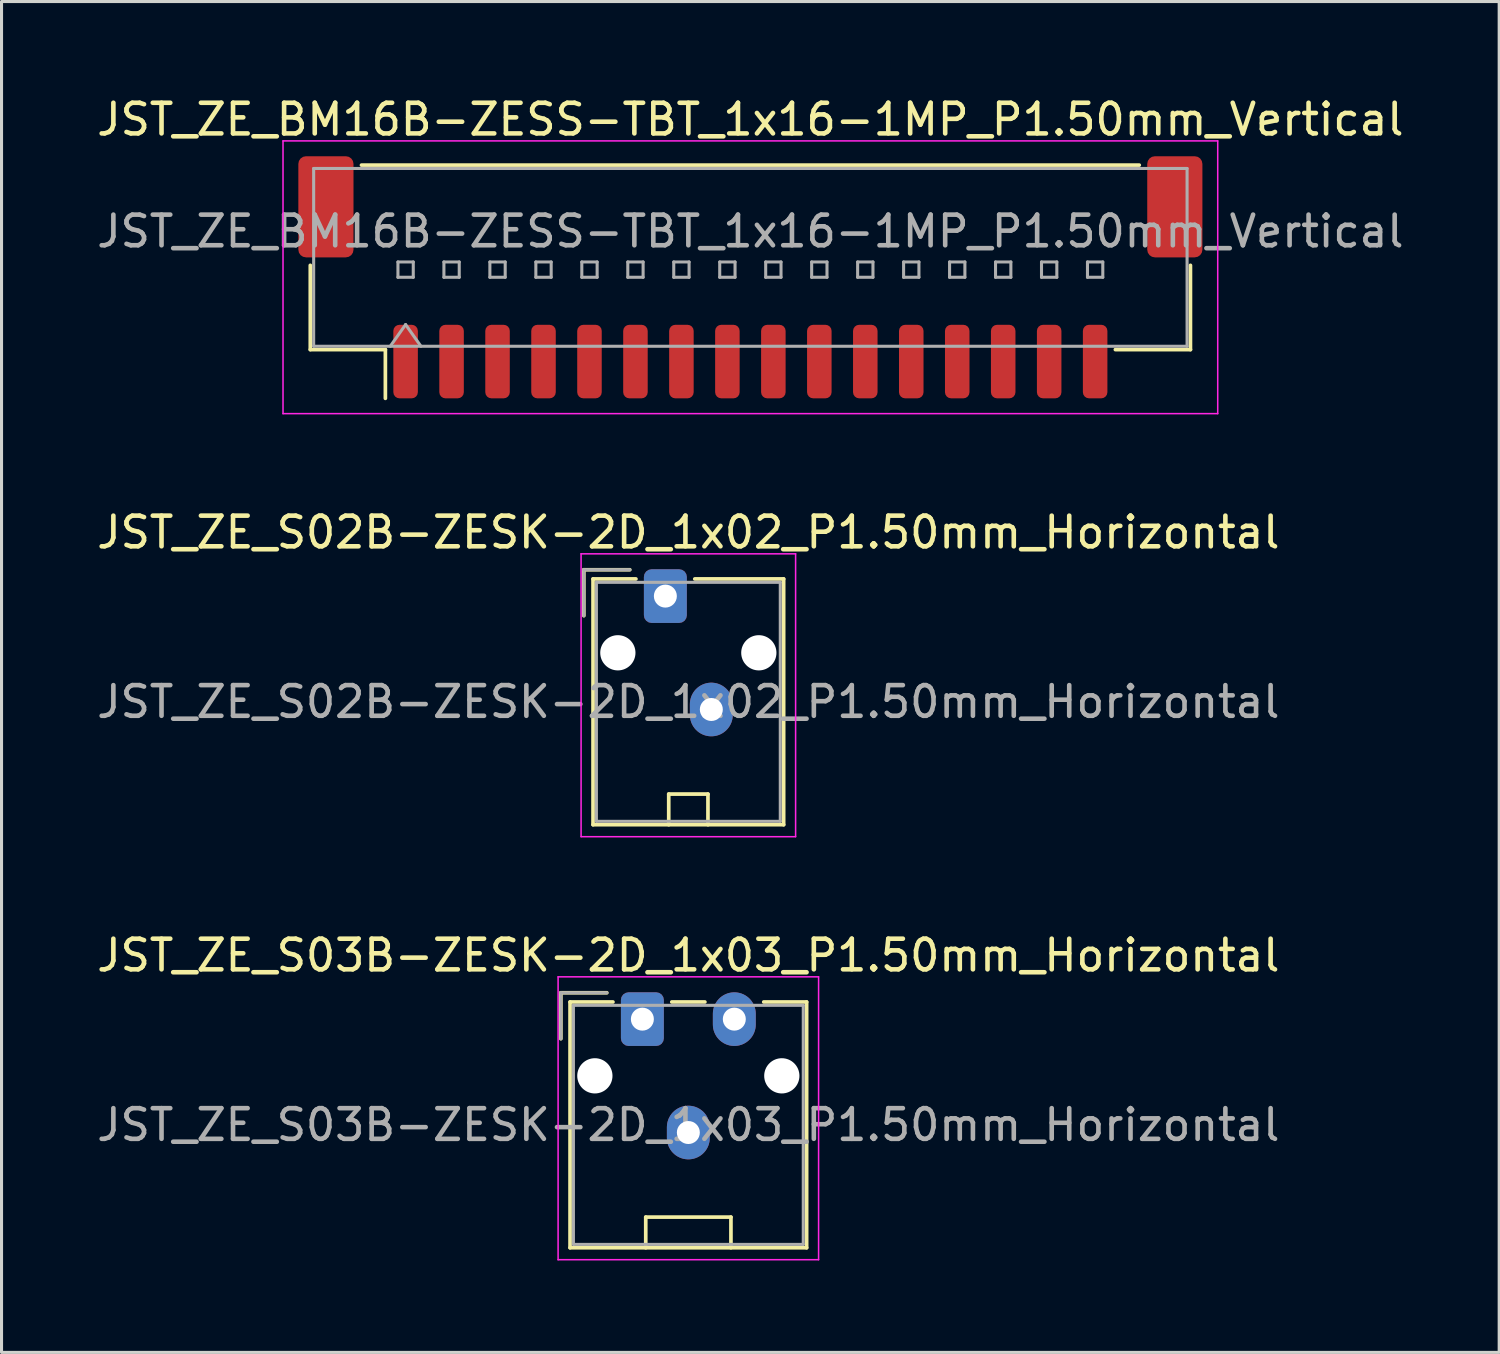
<source format=kicad_pcb>
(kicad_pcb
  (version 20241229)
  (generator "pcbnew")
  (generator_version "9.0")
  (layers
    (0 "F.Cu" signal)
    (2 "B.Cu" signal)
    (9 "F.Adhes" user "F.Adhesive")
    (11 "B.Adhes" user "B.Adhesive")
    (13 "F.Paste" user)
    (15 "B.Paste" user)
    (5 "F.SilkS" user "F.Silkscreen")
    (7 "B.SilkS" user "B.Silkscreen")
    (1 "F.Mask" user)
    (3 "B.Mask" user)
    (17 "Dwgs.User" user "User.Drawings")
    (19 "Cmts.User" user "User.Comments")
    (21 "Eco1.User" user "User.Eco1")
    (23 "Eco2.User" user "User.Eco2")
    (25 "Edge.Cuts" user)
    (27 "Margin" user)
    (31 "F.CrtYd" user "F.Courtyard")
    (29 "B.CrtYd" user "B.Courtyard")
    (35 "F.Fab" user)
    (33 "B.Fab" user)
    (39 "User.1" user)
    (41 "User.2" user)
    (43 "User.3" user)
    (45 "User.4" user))
  (footprint "JST_ZE_BM16B-ZESS-TBT_1x16-1MP_P1.50mm_Vertical"
    (layer "F.Cu")
    (at 21.435 5.998)
    (property "Reference" "JST_ZE_BM16B-ZESS-TBT_1x16-1MP_P1.50mm_Vertical" (at 0 -5.15 0) (layer "F.SilkS") (effects (font (size 1 1) (thickness 0.15))))
    (attr smd)
    (fp_line (start -14.36 -0.39) (end -14.36 2.36) (stroke (width 0.12) (type solid)) (layer "F.SilkS"))
    (fp_line (start -14.36 2.36) (end -11.91 2.36) (stroke (width 0.12) (type solid)) (layer "F.SilkS"))
    (fp_line (start -12.69 -3.66) (end 12.69 -3.66) (stroke (width 0.12) (type solid)) (layer "F.SilkS"))
    (fp_line (start -11.91 2.36) (end -11.91 3.95) (stroke (width 0.12) (type solid)) (layer "F.SilkS"))
    (fp_line (start 14.36 -0.39) (end 14.36 2.36) (stroke (width 0.12) (type solid)) (layer "F.SilkS"))
    (fp_line (start 14.36 2.36) (end 11.91 2.36) (stroke (width 0.12) (type solid)) (layer "F.SilkS"))
    (fp_line (start -15.25 -4.45) (end -15.25 4.45) (stroke (width 0.05) (type solid)) (layer "F.CrtYd"))
    (fp_line (start -15.25 4.45) (end 15.25 4.45) (stroke (width 0.05) (type solid)) (layer "F.CrtYd"))
    (fp_line (start 15.25 -4.45) (end -15.25 -4.45) (stroke (width 0.05) (type solid)) (layer "F.CrtYd"))
    (fp_line (start 15.25 4.45) (end 15.25 -4.45) (stroke (width 0.05) (type solid)) (layer "F.CrtYd"))
    (fp_line (start -14.25 -3.55) (end 14.25 -3.55) (stroke (width 0.1) (type solid)) (layer "F.Fab"))
    (fp_line (start -14.25 2.25) (end -14.25 -3.55) (stroke (width 0.1) (type solid)) (layer "F.Fab"))
    (fp_line (start -14.25 2.25) (end 14.25 2.25) (stroke (width 0.1) (type solid)) (layer "F.Fab"))
    (fp_line (start -11.75 2.25) (end -11.25 1.543) (stroke (width 0.1) (type solid)) (layer "F.Fab"))
    (fp_line (start -11.5 -0.5) (end -11.5 0) (stroke (width 0.1) (type solid)) (layer "F.Fab"))
    (fp_line (start -11.5 0) (end -11 0) (stroke (width 0.1) (type solid)) (layer "F.Fab"))
    (fp_line (start -11.25 1.543) (end -10.75 2.25) (stroke (width 0.1) (type solid)) (layer "F.Fab"))
    (fp_line (start -11 -0.5) (end -11.5 -0.5) (stroke (width 0.1) (type solid)) (layer "F.Fab"))
    (fp_line (start -11 0) (end -11 -0.5) (stroke (width 0.1) (type solid)) (layer "F.Fab"))
    (fp_line (start -10 -0.5) (end -10 0) (stroke (width 0.1) (type solid)) (layer "F.Fab"))
    (fp_line (start -10 0) (end -9.5 0) (stroke (width 0.1) (type solid)) (layer "F.Fab"))
    (fp_line (start -9.5 -0.5) (end -10 -0.5) (stroke (width 0.1) (type solid)) (layer "F.Fab"))
    (fp_line (start -9.5 0) (end -9.5 -0.5) (stroke (width 0.1) (type solid)) (layer "F.Fab"))
    (fp_line (start -8.5 -0.5) (end -8.5 0) (stroke (width 0.1) (type solid)) (layer "F.Fab"))
    (fp_line (start -8.5 0) (end -8 0) (stroke (width 0.1) (type solid)) (layer "F.Fab"))
    (fp_line (start -8 -0.5) (end -8.5 -0.5) (stroke (width 0.1) (type solid)) (layer "F.Fab"))
    (fp_line (start -8 0) (end -8 -0.5) (stroke (width 0.1) (type solid)) (layer "F.Fab"))
    (fp_line (start -7 -0.5) (end -7 0) (stroke (width 0.1) (type solid)) (layer "F.Fab"))
    (fp_line (start -7 0) (end -6.5 0) (stroke (width 0.1) (type solid)) (layer "F.Fab"))
    (fp_line (start -6.5 -0.5) (end -7 -0.5) (stroke (width 0.1) (type solid)) (layer "F.Fab"))
    (fp_line (start -6.5 0) (end -6.5 -0.5) (stroke (width 0.1) (type solid)) (layer "F.Fab"))
    (fp_line (start -5.5 -0.5) (end -5.5 0) (stroke (width 0.1) (type solid)) (layer "F.Fab"))
    (fp_line (start -5.5 0) (end -5 0) (stroke (width 0.1) (type solid)) (layer "F.Fab"))
    (fp_line (start -5 -0.5) (end -5.5 -0.5) (stroke (width 0.1) (type solid)) (layer "F.Fab"))
    (fp_line (start -5 0) (end -5 -0.5) (stroke (width 0.1) (type solid)) (layer "F.Fab"))
    (fp_line (start -4 -0.5) (end -4 0) (stroke (width 0.1) (type solid)) (layer "F.Fab"))
    (fp_line (start -4 0) (end -3.5 0) (stroke (width 0.1) (type solid)) (layer "F.Fab"))
    (fp_line (start -3.5 -0.5) (end -4 -0.5) (stroke (width 0.1) (type solid)) (layer "F.Fab"))
    (fp_line (start -3.5 0) (end -3.5 -0.5) (stroke (width 0.1) (type solid)) (layer "F.Fab"))
    (fp_line (start -2.5 -0.5) (end -2.5 0) (stroke (width 0.1) (type solid)) (layer "F.Fab"))
    (fp_line (start -2.5 0) (end -2 0) (stroke (width 0.1) (type solid)) (layer "F.Fab"))
    (fp_line (start -2 -0.5) (end -2.5 -0.5) (stroke (width 0.1) (type solid)) (layer "F.Fab"))
    (fp_line (start -2 0) (end -2 -0.5) (stroke (width 0.1) (type solid)) (layer "F.Fab"))
    (fp_line (start -1 -0.5) (end -1 0) (stroke (width 0.1) (type solid)) (layer "F.Fab"))
    (fp_line (start -1 0) (end -0.5 0) (stroke (width 0.1) (type solid)) (layer "F.Fab"))
    (fp_line (start -0.5 -0.5) (end -1 -0.5) (stroke (width 0.1) (type solid)) (layer "F.Fab"))
    (fp_line (start -0.5 0) (end -0.5 -0.5) (stroke (width 0.1) (type solid)) (layer "F.Fab"))
    (fp_line (start 0.5 -0.5) (end 0.5 0) (stroke (width 0.1) (type solid)) (layer "F.Fab"))
    (fp_line (start 0.5 0) (end 1 0) (stroke (width 0.1) (type solid)) (layer "F.Fab"))
    (fp_line (start 1 -0.5) (end 0.5 -0.5) (stroke (width 0.1) (type solid)) (layer "F.Fab"))
    (fp_line (start 1 0) (end 1 -0.5) (stroke (width 0.1) (type solid)) (layer "F.Fab"))
    (fp_line (start 2 -0.5) (end 2 0) (stroke (width 0.1) (type solid)) (layer "F.Fab"))
    (fp_line (start 2 0) (end 2.5 0) (stroke (width 0.1) (type solid)) (layer "F.Fab"))
    (fp_line (start 2.5 -0.5) (end 2 -0.5) (stroke (width 0.1) (type solid)) (layer "F.Fab"))
    (fp_line (start 2.5 0) (end 2.5 -0.5) (stroke (width 0.1) (type solid)) (layer "F.Fab"))
    (fp_line (start 3.5 -0.5) (end 3.5 0) (stroke (width 0.1) (type solid)) (layer "F.Fab"))
    (fp_line (start 3.5 0) (end 4 0) (stroke (width 0.1) (type solid)) (layer "F.Fab"))
    (fp_line (start 4 -0.5) (end 3.5 -0.5) (stroke (width 0.1) (type solid)) (layer "F.Fab"))
    (fp_line (start 4 0) (end 4 -0.5) (stroke (width 0.1) (type solid)) (layer "F.Fab"))
    (fp_line (start 5 -0.5) (end 5 0) (stroke (width 0.1) (type solid)) (layer "F.Fab"))
    (fp_line (start 5 0) (end 5.5 0) (stroke (width 0.1) (type solid)) (layer "F.Fab"))
    (fp_line (start 5.5 -0.5) (end 5 -0.5) (stroke (width 0.1) (type solid)) (layer "F.Fab"))
    (fp_line (start 5.5 0) (end 5.5 -0.5) (stroke (width 0.1) (type solid)) (layer "F.Fab"))
    (fp_line (start 6.5 -0.5) (end 6.5 0) (stroke (width 0.1) (type solid)) (layer "F.Fab"))
    (fp_line (start 6.5 0) (end 7 0) (stroke (width 0.1) (type solid)) (layer "F.Fab"))
    (fp_line (start 7 -0.5) (end 6.5 -0.5) (stroke (width 0.1) (type solid)) (layer "F.Fab"))
    (fp_line (start 7 0) (end 7 -0.5) (stroke (width 0.1) (type solid)) (layer "F.Fab"))
    (fp_line (start 8 -0.5) (end 8 0) (stroke (width 0.1) (type solid)) (layer "F.Fab"))
    (fp_line (start 8 0) (end 8.5 0) (stroke (width 0.1) (type solid)) (layer "F.Fab"))
    (fp_line (start 8.5 -0.5) (end 8 -0.5) (stroke (width 0.1) (type solid)) (layer "F.Fab"))
    (fp_line (start 8.5 0) (end 8.5 -0.5) (stroke (width 0.1) (type solid)) (layer "F.Fab"))
    (fp_line (start 9.5 -0.5) (end 9.5 0) (stroke (width 0.1) (type solid)) (layer "F.Fab"))
    (fp_line (start 9.5 0) (end 10 0) (stroke (width 0.1) (type solid)) (layer "F.Fab"))
    (fp_line (start 10 -0.5) (end 9.5 -0.5) (stroke (width 0.1) (type solid)) (layer "F.Fab"))
    (fp_line (start 10 0) (end 10 -0.5) (stroke (width 0.1) (type solid)) (layer "F.Fab"))
    (fp_line (start 11 -0.5) (end 11 0) (stroke (width 0.1) (type solid)) (layer "F.Fab"))
    (fp_line (start 11 0) (end 11.5 0) (stroke (width 0.1) (type solid)) (layer "F.Fab"))
    (fp_line (start 11.5 -0.5) (end 11 -0.5) (stroke (width 0.1) (type solid)) (layer "F.Fab"))
    (fp_line (start 11.5 0) (end 11.5 -0.5) (stroke (width 0.1) (type solid)) (layer "F.Fab"))
    (fp_line (start 14.25 2.25) (end 14.25 -3.55) (stroke (width 0.1) (type solid)) (layer "F.Fab"))
    (fp_text user "${REFERENCE}" (at 0 -1.5 0) (layer "F.Fab") (effects (font (size 1 1) (thickness 0.15))))
    (pad "1" smd roundrect (at -11.25 2.75) (size 0.8 2.4) (layers "F.Cu" "F.Mask" "F.Paste") (roundrect_rratio 0.25))
    (pad "2" smd roundrect (at -9.75 2.75) (size 0.8 2.4) (layers "F.Cu" "F.Mask" "F.Paste") (roundrect_rratio 0.25))
    (pad "3" smd roundrect (at -8.25 2.75) (size 0.8 2.4) (layers "F.Cu" "F.Mask" "F.Paste") (roundrect_rratio 0.25))
    (pad "4" smd roundrect (at -6.75 2.75) (size 0.8 2.4) (layers "F.Cu" "F.Mask" "F.Paste") (roundrect_rratio 0.25))
    (pad "5" smd roundrect (at -5.25 2.75) (size 0.8 2.4) (layers "F.Cu" "F.Mask" "F.Paste") (roundrect_rratio 0.25))
    (pad "6" smd roundrect (at -3.75 2.75) (size 0.8 2.4) (layers "F.Cu" "F.Mask" "F.Paste") (roundrect_rratio 0.25))
    (pad "7" smd roundrect (at -2.25 2.75) (size 0.8 2.4) (layers "F.Cu" "F.Mask" "F.Paste") (roundrect_rratio 0.25))
    (pad "8" smd roundrect (at -0.75 2.75) (size 0.8 2.4) (layers "F.Cu" "F.Mask" "F.Paste") (roundrect_rratio 0.25))
    (pad "9" smd roundrect (at 0.75 2.75) (size 0.8 2.4) (layers "F.Cu" "F.Mask" "F.Paste") (roundrect_rratio 0.25))
    (pad "10" smd roundrect (at 2.25 2.75) (size 0.8 2.4) (layers "F.Cu" "F.Mask" "F.Paste") (roundrect_rratio 0.25))
    (pad "11" smd roundrect (at 3.75 2.75) (size 0.8 2.4) (layers "F.Cu" "F.Mask" "F.Paste") (roundrect_rratio 0.25))
    (pad "12" smd roundrect (at 5.25 2.75) (size 0.8 2.4) (layers "F.Cu" "F.Mask" "F.Paste") (roundrect_rratio 0.25))
    (pad "13" smd roundrect (at 6.75 2.75) (size 0.8 2.4) (layers "F.Cu" "F.Mask" "F.Paste") (roundrect_rratio 0.25))
    (pad "14" smd roundrect (at 8.25 2.75) (size 0.8 2.4) (layers "F.Cu" "F.Mask" "F.Paste") (roundrect_rratio 0.25))
    (pad "15" smd roundrect (at 9.75 2.75) (size 0.8 2.4) (layers "F.Cu" "F.Mask" "F.Paste") (roundrect_rratio 0.25))
    (pad "16" smd roundrect (at 11.25 2.75) (size 0.8 2.4) (layers "F.Cu" "F.Mask" "F.Paste") (roundrect_rratio 0.25))
    (pad "MP" smd roundrect (at -13.85 -2.3) (size 1.8 3.3) (layers "F.Cu" "F.Mask" "F.Paste") (roundrect_rratio 0.139))
    (pad "MP" smd roundrect (at 13.85 -2.3) (size 1.8 3.3) (layers "F.Cu" "F.Mask" "F.Paste") (roundrect_rratio 0.139)))
  (footprint "JST_ZE_S03B-ZESK-2D_1x03_P1.50mm_Horizontal"
    (layer "F.Cu")
    (at 17.911 30.205)
    (property "Reference" "JST_ZE_S03B-ZESK-2D_1x03_P1.50mm_Horizontal" (at 1.5 -2.08 0) (layer "F.SilkS") (effects (font (size 1 1) (thickness 0.15))))
    (attr through_hole)
    (fp_line (start -2.66 -0.86) (end -1.16 -0.86) (stroke (width 0.12) (type solid)) (layer "F.SilkS"))
    (fp_line (start -2.66 0.64) (end -2.66 -0.86) (stroke (width 0.12) (type solid)) (layer "F.SilkS"))
    (fp_line (start -2.36 -0.56) (end -2.36 7.46) (stroke (width 0.12) (type solid)) (layer "F.SilkS"))
    (fp_line (start -2.36 7.46) (end 5.36 7.46) (stroke (width 0.12) (type solid)) (layer "F.SilkS"))
    (fp_line (start -0.96 -0.56) (end -2.36 -0.56) (stroke (width 0.12) (type solid)) (layer "F.SilkS"))
    (fp_line (start 0.11 6.46) (end 2.89 6.46) (stroke (width 0.12) (type solid)) (layer "F.SilkS"))
    (fp_line (start 0.11 7.46) (end 0.11 6.46) (stroke (width 0.12) (type solid)) (layer "F.SilkS"))
    (fp_line (start 0.96 -0.56) (end 2.04 -0.56) (stroke (width 0.12) (type solid)) (layer "F.SilkS"))
    (fp_line (start 2.89 6.46) (end 2.89 7.46) (stroke (width 0.12) (type solid)) (layer "F.SilkS"))
    (fp_line (start 5.36 -0.56) (end 3.96 -0.56) (stroke (width 0.12) (type solid)) (layer "F.SilkS"))
    (fp_line (start 5.36 7.46) (end 5.36 -0.56) (stroke (width 0.12) (type solid)) (layer "F.SilkS"))
    (fp_line (start -2.75 -1.38) (end -2.75 7.85) (stroke (width 0.05) (type solid)) (layer "F.CrtYd"))
    (fp_line (start -2.75 7.85) (end 5.75 7.85) (stroke (width 0.05) (type solid)) (layer "F.CrtYd"))
    (fp_line (start 5.75 -1.38) (end -2.75 -1.38) (stroke (width 0.05) (type solid)) (layer "F.CrtYd"))
    (fp_line (start 5.75 7.85) (end 5.75 -1.38) (stroke (width 0.05) (type solid)) (layer "F.CrtYd"))
    (fp_line (start -2.66 -0.86) (end -1.16 -0.86) (stroke (width 0.1) (type solid)) (layer "F.Fab"))
    (fp_line (start -2.66 0.64) (end -2.66 -0.86) (stroke (width 0.1) (type solid)) (layer "F.Fab"))
    (fp_line (start -2.25 -0.45) (end -2.25 7.35) (stroke (width 0.1) (type solid)) (layer "F.Fab"))
    (fp_line (start -2.25 7.35) (end 5.25 7.35) (stroke (width 0.1) (type solid)) (layer "F.Fab"))
    (fp_line (start 5.25 -0.45) (end -2.25 -0.45) (stroke (width 0.1) (type solid)) (layer "F.Fab"))
    (fp_line (start 5.25 7.35) (end 5.25 -0.45) (stroke (width 0.1) (type solid)) (layer "F.Fab"))
    (fp_text user "${REFERENCE}" (at 1.5 3.45 0) (layer "F.Fab") (effects (font (size 1 1) (thickness 0.15))))
    (pad "" np_thru_hole circle (at -1.55 1.85) (size 1.15 1.15) (drill 1.15) (layers "*.Cu" "*.Mask"))
    (pad "" np_thru_hole circle (at 4.55 1.85) (size 1.15 1.15) (drill 1.15) (layers "*.Cu" "*.Mask"))
    (pad "1" thru_hole roundrect (at 0 0) (size 1.4 1.75) (drill 0.75) (layers "*.Cu" "*.Mask") (roundrect_rratio 0.179))
    (pad "2" thru_hole oval (at 1.5 3.7) (size 1.4 1.75) (drill 0.75) (layers "*.Cu" "*.Mask"))
    (pad "3" thru_hole oval (at 3 0) (size 1.4 1.75) (drill 0.75) (layers "*.Cu" "*.Mask")))
  (footprint "JST_ZE_S02B-ZESK-2D_1x02_P1.50mm_Horizontal"
    (layer "F.Cu")
    (at 18.661 16.401)
    (property "Reference" "JST_ZE_S02B-ZESK-2D_1x02_P1.50mm_Horizontal" (at 0.75 -2.08 0) (layer "F.SilkS") (effects (font (size 1 1) (thickness 0.15))))
    (attr through_hole)
    (fp_line (start -2.66 -0.86) (end -1.16 -0.86) (stroke (width 0.12) (type solid)) (layer "F.SilkS"))
    (fp_line (start -2.66 0.64) (end -2.66 -0.86) (stroke (width 0.12) (type solid)) (layer "F.SilkS"))
    (fp_line (start -2.36 -0.56) (end -2.36 7.46) (stroke (width 0.12) (type solid)) (layer "F.SilkS"))
    (fp_line (start -2.36 7.46) (end 3.86 7.46) (stroke (width 0.12) (type solid)) (layer "F.SilkS"))
    (fp_line (start -0.96 -0.56) (end -2.36 -0.56) (stroke (width 0.12) (type solid)) (layer "F.SilkS"))
    (fp_line (start 0.11 6.46) (end 1.39 6.46) (stroke (width 0.12) (type solid)) (layer "F.SilkS"))
    (fp_line (start 0.11 7.46) (end 0.11 6.46) (stroke (width 0.12) (type solid)) (layer "F.SilkS"))
    (fp_line (start 1.39 6.46) (end 1.39 7.46) (stroke (width 0.12) (type solid)) (layer "F.SilkS"))
    (fp_line (start 3.86 -0.56) (end 0.96 -0.56) (stroke (width 0.12) (type solid)) (layer "F.SilkS"))
    (fp_line (start 3.86 7.46) (end 3.86 -0.56) (stroke (width 0.12) (type solid)) (layer "F.SilkS"))
    (fp_line (start -2.75 -1.38) (end -2.75 7.85) (stroke (width 0.05) (type solid)) (layer "F.CrtYd"))
    (fp_line (start -2.75 7.85) (end 4.25 7.85) (stroke (width 0.05) (type solid)) (layer "F.CrtYd"))
    (fp_line (start 4.25 -1.38) (end -2.75 -1.38) (stroke (width 0.05) (type solid)) (layer "F.CrtYd"))
    (fp_line (start 4.25 7.85) (end 4.25 -1.38) (stroke (width 0.05) (type solid)) (layer "F.CrtYd"))
    (fp_line (start -2.66 -0.86) (end -1.16 -0.86) (stroke (width 0.1) (type solid)) (layer "F.Fab"))
    (fp_line (start -2.66 0.64) (end -2.66 -0.86) (stroke (width 0.1) (type solid)) (layer "F.Fab"))
    (fp_line (start -2.25 -0.45) (end -2.25 7.35) (stroke (width 0.1) (type solid)) (layer "F.Fab"))
    (fp_line (start -2.25 7.35) (end 3.75 7.35) (stroke (width 0.1) (type solid)) (layer "F.Fab"))
    (fp_line (start 3.75 -0.45) (end -2.25 -0.45) (stroke (width 0.1) (type solid)) (layer "F.Fab"))
    (fp_line (start 3.75 7.35) (end 3.75 -0.45) (stroke (width 0.1) (type solid)) (layer "F.Fab"))
    (fp_text user "${REFERENCE}" (at 0.75 3.45 0) (layer "F.Fab") (effects (font (size 1 1) (thickness 0.15))))
    (pad "" np_thru_hole circle (at -1.55 1.85) (size 1.15 1.15) (drill 1.15) (layers "*.Cu" "*.Mask"))
    (pad "" np_thru_hole circle (at 3.05 1.85) (size 1.15 1.15) (drill 1.15) (layers "*.Cu" "*.Mask"))
    (pad "1" thru_hole roundrect (at 0 0) (size 1.4 1.75) (drill 0.75) (layers "*.Cu" "*.Mask") (roundrect_rratio 0.179))
    (pad "2" thru_hole oval (at 1.5 3.7) (size 1.4 1.75) (drill 0.75) (layers "*.Cu" "*.Mask")))
  (gr_rect
    (start -3 -3)
    (end 45.869 41.08)
    (stroke (width 0.1) (type default))
    (fill no)
    (layer "Edge.Cuts")))
</source>
